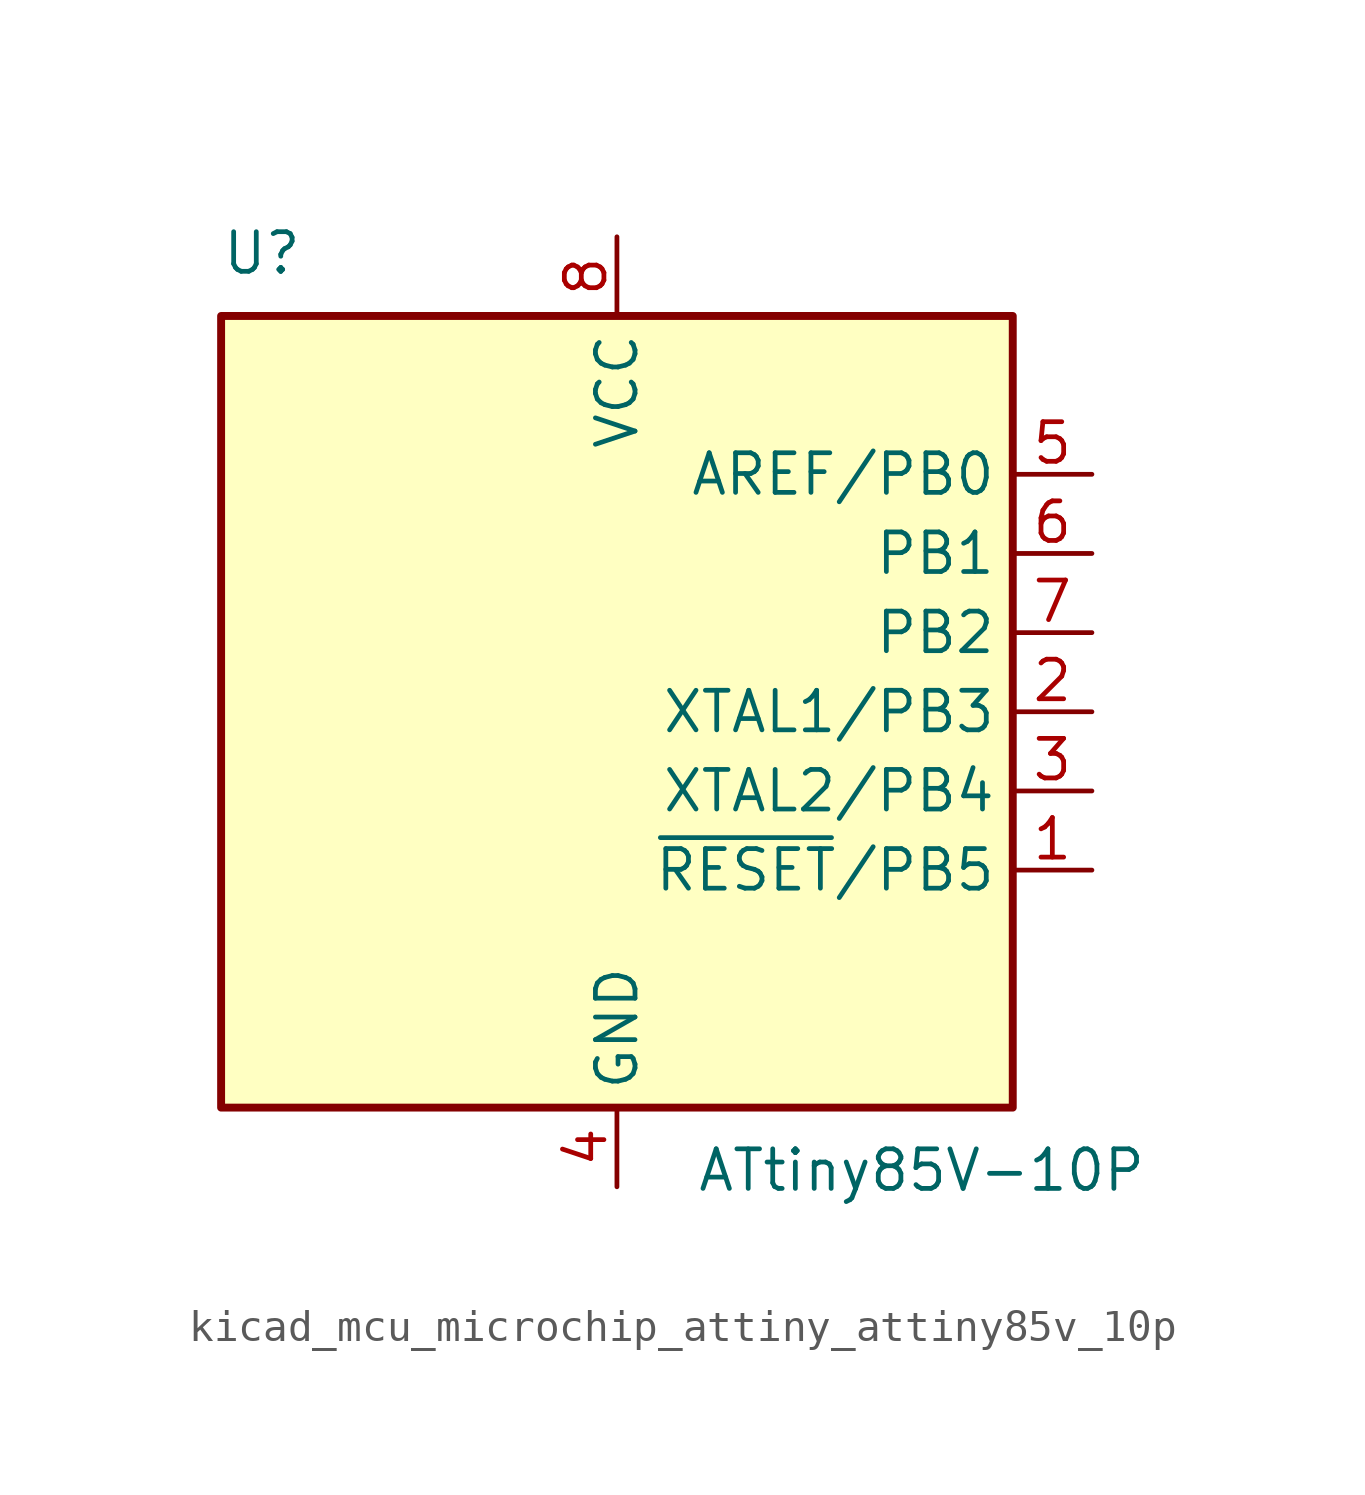
<source format=kicad_sym>
(kicad_symbol_lib
  (version 20220914)
  (generator kicad_symbol_editor)
  (symbol "kicad_mcu_microchip_attiny_attiny85v_10p"
    (property "Reference" "U"
      (at -12.7 13.97 0)
      (effects (font (size 1.27 1.27)) (justify left bottom)))
    (property "Value" "ATtiny85V-10P"
      (at 2.54 -13.97 0)
      (effects (font (size 1.27 1.27)) (justify left top)))
    (symbol "kicad_mcu_microchip_attiny_attiny85v_10p_0_1"
      (rectangle (start -12.7 -12.7) (end 12.7 12.7) (stroke (width 0.254) (type default)) (fill (type background))))
    (symbol "kicad_mcu_microchip_attiny_attiny85v_10p_1_1"
      (pin bidirectional line (at 15.24 -5.08 180) (length 2.54) (name "~{RESET}/PB5" (effects (font (size 1.27 1.27)))) (number "1" (effects (font (size 1.27 1.27)))))
      (pin bidirectional line (at 15.24 0 180) (length 2.54) (name "XTAL1/PB3" (effects (font (size 1.27 1.27)))) (number "2" (effects (font (size 1.27 1.27)))))
      (pin bidirectional line (at 15.24 -2.54 180) (length 2.54) (name "XTAL2/PB4" (effects (font (size 1.27 1.27)))) (number "3" (effects (font (size 1.27 1.27)))))
      (pin power_in line (at 0 -15.24 90) (length 2.54) (name "GND" (effects (font (size 1.27 1.27)))) (number "4" (effects (font (size 1.27 1.27)))))
      (pin bidirectional line (at 15.24 7.62 180) (length 2.54) (name "AREF/PB0" (effects (font (size 1.27 1.27)))) (number "5" (effects (font (size 1.27 1.27)))))
      (pin bidirectional line (at 15.24 5.08 180) (length 2.54) (name "PB1" (effects (font (size 1.27 1.27)))) (number "6" (effects (font (size 1.27 1.27)))))
      (pin bidirectional line (at 15.24 2.54 180) (length 2.54) (name "PB2" (effects (font (size 1.27 1.27)))) (number "7" (effects (font (size 1.27 1.27)))))
      (pin power_in line (at 0 15.24 270) (length 2.54) (name "VCC" (effects (font (size 1.27 1.27)))) (number "8" (effects (font (size 1.27 1.27))))))))
</source>
